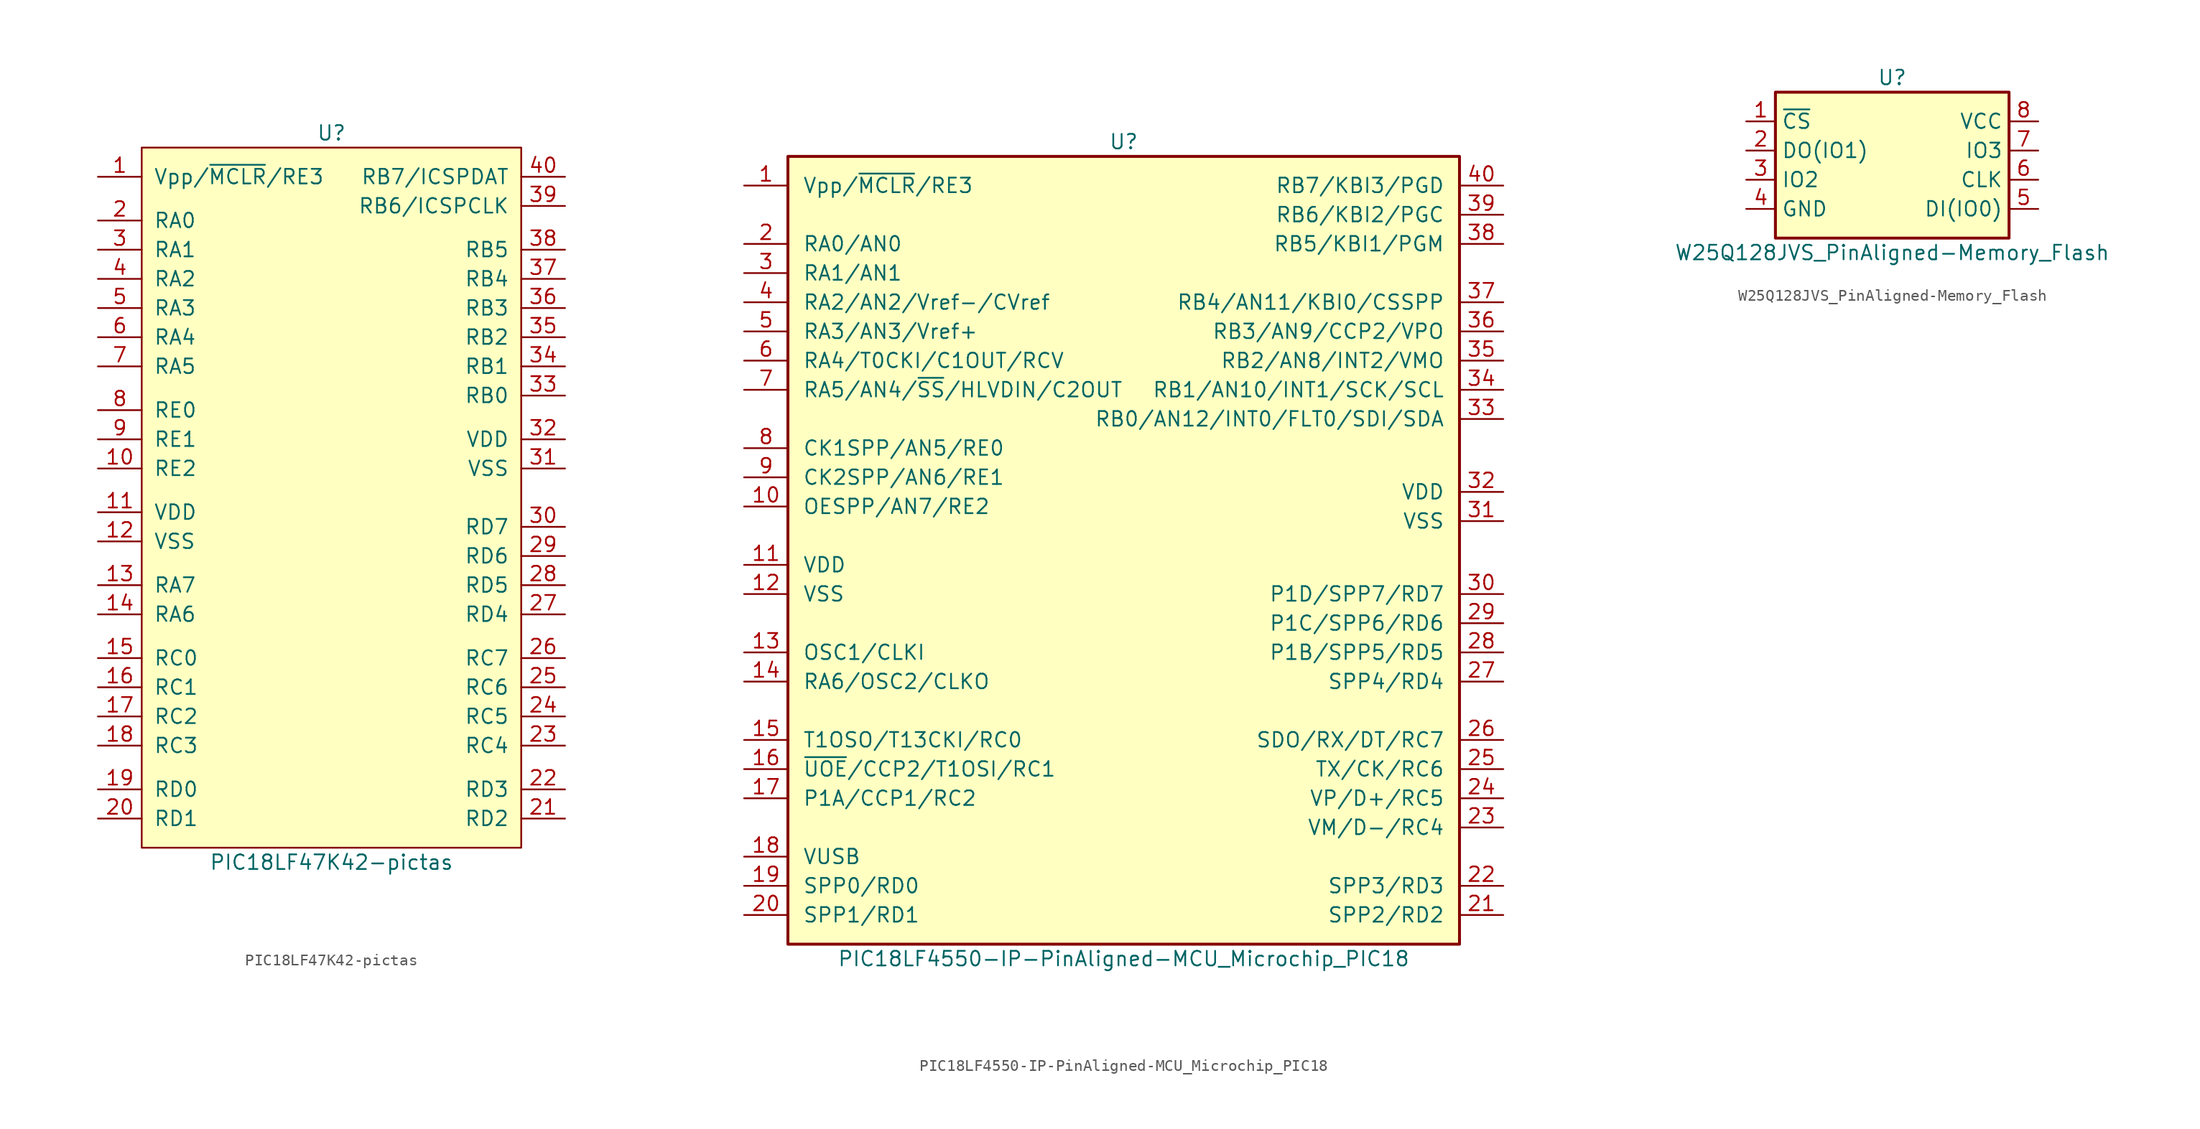
<source format=kicad_sym>
(kicad_symbol_lib
  (version 20210619)
  (generator kicad_symbol_editor)
  (symbol "PIC18LF47K42-pictas"
    (pin_names
      (offset 1.016))
    (property "Reference" "U"
      (at 0 31.75 0)
      (effects (font (size 1.27 1.27))))
    (property "Value" "PIC18LF47K42-pictas"
      (at 0 -31.75 0)
      (effects (font (size 1.27 1.27))))
    (symbol "PIC18LF47K42-pictas_0_0"
      (pin input line (at -20.32 27.94 0) (length 3.81) (name "Vpp/~{MCLR}/RE3" (effects (font (size 1.27 1.27)))) (number "1" (effects (font (size 1.27 1.27)))))
      (pin bidirectional line (at -20.32 2.54 0) (length 3.81) (name "RE2" (effects (font (size 1.27 1.27)))) (number "10" (effects (font (size 1.27 1.27)))))
      (pin power_in line (at -20.32 -1.27 0) (length 3.81) (name "VDD" (effects (font (size 1.27 1.27)))) (number "11" (effects (font (size 1.27 1.27)))))
      (pin power_in line (at -20.32 -3.81 0) (length 3.81) (name "VSS" (effects (font (size 1.27 1.27)))) (number "12" (effects (font (size 1.27 1.27)))))
      (pin bidirectional line (at -20.32 -7.62 0) (length 3.81) (name "RA7" (effects (font (size 1.27 1.27)))) (number "13" (effects (font (size 1.27 1.27)))))
      (pin bidirectional line (at -20.32 -10.16 0) (length 3.81) (name "RA6" (effects (font (size 1.27 1.27)))) (number "14" (effects (font (size 1.27 1.27)))))
      (pin bidirectional line (at -20.32 -13.97 0) (length 3.81) (name "RC0" (effects (font (size 1.27 1.27)))) (number "15" (effects (font (size 1.27 1.27)))))
      (pin bidirectional line (at -20.32 -16.51 0) (length 3.81) (name "RC1" (effects (font (size 1.27 1.27)))) (number "16" (effects (font (size 1.27 1.27)))))
      (pin bidirectional line (at -20.32 -19.05 0) (length 3.81) (name "RC2" (effects (font (size 1.27 1.27)))) (number "17" (effects (font (size 1.27 1.27)))))
      (pin bidirectional line (at -20.32 -21.59 0) (length 3.81) (name "RC3" (effects (font (size 1.27 1.27)))) (number "18" (effects (font (size 1.27 1.27)))))
      (pin bidirectional line (at -20.32 -25.4 0) (length 3.81) (name "RD0" (effects (font (size 1.27 1.27)))) (number "19" (effects (font (size 1.27 1.27)))))
      (pin bidirectional line (at -20.32 24.13 0) (length 3.81) (name "RA0" (effects (font (size 1.27 1.27)))) (number "2" (effects (font (size 1.27 1.27)))))
      (pin bidirectional line (at -20.32 -27.94 0) (length 3.81) (name "RD1" (effects (font (size 1.27 1.27)))) (number "20" (effects (font (size 1.27 1.27)))))
      (pin bidirectional line (at 20.32 -27.94 180) (length 3.81) (name "RD2" (effects (font (size 1.27 1.27)))) (number "21" (effects (font (size 1.27 1.27)))))
      (pin bidirectional line (at 20.32 -25.4 180) (length 3.81) (name "RD3" (effects (font (size 1.27 1.27)))) (number "22" (effects (font (size 1.27 1.27)))))
      (pin bidirectional line (at 20.32 -21.59 180) (length 3.81) (name "RC4" (effects (font (size 1.27 1.27)))) (number "23" (effects (font (size 1.27 1.27)))))
      (pin bidirectional line (at 20.32 -19.05 180) (length 3.81) (name "RC5" (effects (font (size 1.27 1.27)))) (number "24" (effects (font (size 1.27 1.27)))))
      (pin bidirectional line (at 20.32 -16.51 180) (length 3.81) (name "RC6" (effects (font (size 1.27 1.27)))) (number "25" (effects (font (size 1.27 1.27)))))
      (pin bidirectional line (at 20.32 -13.97 180) (length 3.81) (name "RC7" (effects (font (size 1.27 1.27)))) (number "26" (effects (font (size 1.27 1.27)))))
      (pin bidirectional line (at 20.32 -10.16 180) (length 3.81) (name "RD4" (effects (font (size 1.27 1.27)))) (number "27" (effects (font (size 1.27 1.27)))))
      (pin bidirectional line (at 20.32 -7.62 180) (length 3.81) (name "RD5" (effects (font (size 1.27 1.27)))) (number "28" (effects (font (size 1.27 1.27)))))
      (pin bidirectional line (at 20.32 -5.08 180) (length 3.81) (name "RD6" (effects (font (size 1.27 1.27)))) (number "29" (effects (font (size 1.27 1.27)))))
      (pin bidirectional line (at -20.32 21.59 0) (length 3.81) (name "RA1" (effects (font (size 1.27 1.27)))) (number "3" (effects (font (size 1.27 1.27)))))
      (pin bidirectional line (at 20.32 -2.54 180) (length 3.81) (name "RD7" (effects (font (size 1.27 1.27)))) (number "30" (effects (font (size 1.27 1.27)))))
      (pin power_in line (at 20.32 2.54 180) (length 3.81) (name "VSS" (effects (font (size 1.27 1.27)))) (number "31" (effects (font (size 1.27 1.27)))))
      (pin power_in line (at 20.32 5.08 180) (length 3.81) (name "VDD" (effects (font (size 1.27 1.27)))) (number "32" (effects (font (size 1.27 1.27)))))
      (pin bidirectional line (at 20.32 8.89 180) (length 3.81) (name "RB0" (effects (font (size 1.27 1.27)))) (number "33" (effects (font (size 1.27 1.27)))))
      (pin bidirectional line (at 20.32 11.43 180) (length 3.81) (name "RB1" (effects (font (size 1.27 1.27)))) (number "34" (effects (font (size 1.27 1.27)))))
      (pin bidirectional line (at 20.32 13.97 180) (length 3.81) (name "RB2" (effects (font (size 1.27 1.27)))) (number "35" (effects (font (size 1.27 1.27)))))
      (pin bidirectional line (at 20.32 16.51 180) (length 3.81) (name "RB3" (effects (font (size 1.27 1.27)))) (number "36" (effects (font (size 1.27 1.27)))))
      (pin bidirectional line (at 20.32 19.05 180) (length 3.81) (name "RB4" (effects (font (size 1.27 1.27)))) (number "37" (effects (font (size 1.27 1.27)))))
      (pin bidirectional line (at 20.32 21.59 180) (length 3.81) (name "RB5" (effects (font (size 1.27 1.27)))) (number "38" (effects (font (size 1.27 1.27)))))
      (pin bidirectional line (at 20.32 25.4 180) (length 3.81) (name "RB6/ICSPCLK" (effects (font (size 1.27 1.27)))) (number "39" (effects (font (size 1.27 1.27)))))
      (pin bidirectional line (at -20.32 19.05 0) (length 3.81) (name "RA2" (effects (font (size 1.27 1.27)))) (number "4" (effects (font (size 1.27 1.27)))))
      (pin bidirectional line (at 20.32 27.94 180) (length 3.81) (name "RB7/ICSPDAT" (effects (font (size 1.27 1.27)))) (number "40" (effects (font (size 1.27 1.27)))))
      (pin bidirectional line (at -20.32 16.51 0) (length 3.81) (name "RA3" (effects (font (size 1.27 1.27)))) (number "5" (effects (font (size 1.27 1.27)))))
      (pin bidirectional line (at -20.32 13.97 0) (length 3.81) (name "RA4" (effects (font (size 1.27 1.27)))) (number "6" (effects (font (size 1.27 1.27)))))
      (pin bidirectional line (at -20.32 11.43 0) (length 3.81) (name "RA5" (effects (font (size 1.27 1.27)))) (number "7" (effects (font (size 1.27 1.27)))))
      (pin bidirectional line (at -20.32 7.62 0) (length 3.81) (name "RE0" (effects (font (size 1.27 1.27)))) (number "8" (effects (font (size 1.27 1.27)))))
      (pin bidirectional line (at -20.32 5.08 0) (length 3.81) (name "RE1" (effects (font (size 1.27 1.27)))) (number "9" (effects (font (size 1.27 1.27))))))
    (symbol "PIC18LF47K42-pictas_0_1"
      (rectangle (start -16.51 30.48) (end 16.51 -30.48) (stroke (width 0)) (fill (type background)))))
  (symbol "PIC18LF4550-IP-PinAligned-MCU_Microchip_PIC18"
    (pin_names
      (offset 1.27))
    (property "Reference" "U"
      (at 0 35.56 0)
      (effects (font (size 1.27 1.27))))
    (property "Value" "PIC18LF4550-IP-PinAligned-MCU_Microchip_PIC18"
      (at 0 -35.56 0)
      (effects (font (size 1.27 1.27))))
    (symbol "PIC18LF4550-IP-PinAligned-MCU_Microchip_PIC18_0_1"
      (rectangle (start -29.21 34.29) (end 29.21 -34.29) (stroke (width 0.254)) (fill (type background))))
    (symbol "PIC18LF4550-IP-PinAligned-MCU_Microchip_PIC18_1_1"
      (pin input line (at -33.02 31.75 0) (length 3.81) (name "Vpp/~{MCLR}/RE3" (effects (font (size 1.27 1.27)))) (number "1" (effects (font (size 1.27 1.27)))))
      (pin bidirectional line (at -33.02 3.81 0) (length 3.81) (name "OESPP/AN7/RE2" (effects (font (size 1.27 1.27)))) (number "10" (effects (font (size 1.27 1.27)))))
      (pin power_in line (at -33.02 -1.27 0) (length 3.81) (name "VDD" (effects (font (size 1.27 1.27)))) (number "11" (effects (font (size 1.27 1.27)))))
      (pin power_in line (at -33.02 -3.81 0) (length 3.81) (name "VSS" (effects (font (size 1.27 1.27)))) (number "12" (effects (font (size 1.27 1.27)))))
      (pin input line (at -33.02 -8.89 0) (length 3.81) (name "OSC1/CLKI" (effects (font (size 1.27 1.27)))) (number "13" (effects (font (size 1.27 1.27)))))
      (pin output line (at -33.02 -11.43 0) (length 3.81) (name "RA6/OSC2/CLKO" (effects (font (size 1.27 1.27)))) (number "14" (effects (font (size 1.27 1.27)))))
      (pin bidirectional line (at -33.02 -16.51 0) (length 3.81) (name "T1OSO/T13CKI/RC0" (effects (font (size 1.27 1.27)))) (number "15" (effects (font (size 1.27 1.27)))))
      (pin bidirectional line (at -33.02 -19.05 0) (length 3.81) (name "~{UOE}/CCP2/T1OSI/RC1" (effects (font (size 1.27 1.27)))) (number "16" (effects (font (size 1.27 1.27)))))
      (pin bidirectional line (at -33.02 -21.59 0) (length 3.81) (name "P1A/CCP1/RC2" (effects (font (size 1.27 1.27)))) (number "17" (effects (font (size 1.27 1.27)))))
      (pin bidirectional line (at -33.02 -26.67 0) (length 3.81) (name "VUSB" (effects (font (size 1.27 1.27)))) (number "18" (effects (font (size 1.27 1.27)))))
      (pin bidirectional line (at -33.02 -29.21 0) (length 3.81) (name "SPP0/RD0" (effects (font (size 1.27 1.27)))) (number "19" (effects (font (size 1.27 1.27)))))
      (pin bidirectional line (at -33.02 26.67 0) (length 3.81) (name "RA0/AN0" (effects (font (size 1.27 1.27)))) (number "2" (effects (font (size 1.27 1.27)))))
      (pin bidirectional line (at -33.02 -31.75 0) (length 3.81) (name "SPP1/RD1" (effects (font (size 1.27 1.27)))) (number "20" (effects (font (size 1.27 1.27)))))
      (pin bidirectional line (at 33.02 -31.75 180) (length 3.81) (name "SPP2/RD2" (effects (font (size 1.27 1.27)))) (number "21" (effects (font (size 1.27 1.27)))))
      (pin bidirectional line (at 33.02 -29.21 180) (length 3.81) (name "SPP3/RD3" (effects (font (size 1.27 1.27)))) (number "22" (effects (font (size 1.27 1.27)))))
      (pin bidirectional line (at 33.02 -24.13 180) (length 3.81) (name "VM/D-/RC4" (effects (font (size 1.27 1.27)))) (number "23" (effects (font (size 1.27 1.27)))))
      (pin bidirectional line (at 33.02 -21.59 180) (length 3.81) (name "VP/D+/RC5" (effects (font (size 1.27 1.27)))) (number "24" (effects (font (size 1.27 1.27)))))
      (pin bidirectional line (at 33.02 -19.05 180) (length 3.81) (name "TX/CK/RC6" (effects (font (size 1.27 1.27)))) (number "25" (effects (font (size 1.27 1.27)))))
      (pin bidirectional line (at 33.02 -16.51 180) (length 3.81) (name "SDO/RX/DT/RC7" (effects (font (size 1.27 1.27)))) (number "26" (effects (font (size 1.27 1.27)))))
      (pin bidirectional line (at 33.02 -11.43 180) (length 3.81) (name "SPP4/RD4" (effects (font (size 1.27 1.27)))) (number "27" (effects (font (size 1.27 1.27)))))
      (pin bidirectional line (at 33.02 -8.89 180) (length 3.81) (name "P1B/SPP5/RD5" (effects (font (size 1.27 1.27)))) (number "28" (effects (font (size 1.27 1.27)))))
      (pin bidirectional line (at 33.02 -6.35 180) (length 3.81) (name "P1C/SPP6/RD6" (effects (font (size 1.27 1.27)))) (number "29" (effects (font (size 1.27 1.27)))))
      (pin bidirectional line (at -33.02 24.13 0) (length 3.81) (name "RA1/AN1" (effects (font (size 1.27 1.27)))) (number "3" (effects (font (size 1.27 1.27)))))
      (pin bidirectional line (at 33.02 -3.81 180) (length 3.81) (name "P1D/SPP7/RD7" (effects (font (size 1.27 1.27)))) (number "30" (effects (font (size 1.27 1.27)))))
      (pin power_in line (at 33.02 2.54 180) (length 3.81) (name "VSS" (effects (font (size 1.27 1.27)))) (number "31" (effects (font (size 1.27 1.27)))))
      (pin power_in line (at 33.02 5.08 180) (length 3.81) (name "VDD" (effects (font (size 1.27 1.27)))) (number "32" (effects (font (size 1.27 1.27)))))
      (pin bidirectional line (at 33.02 11.43 180) (length 3.81) (name "RB0/AN12/INT0/FLT0/SDI/SDA" (effects (font (size 1.27 1.27)))) (number "33" (effects (font (size 1.27 1.27)))))
      (pin bidirectional line (at 33.02 13.97 180) (length 3.81) (name "RB1/AN10/INT1/SCK/SCL" (effects (font (size 1.27 1.27)))) (number "34" (effects (font (size 1.27 1.27)))))
      (pin bidirectional line (at 33.02 16.51 180) (length 3.81) (name "RB2/AN8/INT2/VMO" (effects (font (size 1.27 1.27)))) (number "35" (effects (font (size 1.27 1.27)))))
      (pin bidirectional line (at 33.02 19.05 180) (length 3.81) (name "RB3/AN9/CCP2/VPO" (effects (font (size 1.27 1.27)))) (number "36" (effects (font (size 1.27 1.27)))))
      (pin bidirectional line (at 33.02 21.59 180) (length 3.81) (name "RB4/AN11/KBI0/CSSPP" (effects (font (size 1.27 1.27)))) (number "37" (effects (font (size 1.27 1.27)))))
      (pin bidirectional line (at 33.02 26.67 180) (length 3.81) (name "RB5/KBI1/PGM" (effects (font (size 1.27 1.27)))) (number "38" (effects (font (size 1.27 1.27)))))
      (pin bidirectional line (at 33.02 29.21 180) (length 3.81) (name "RB6/KBI2/PGC" (effects (font (size 1.27 1.27)))) (number "39" (effects (font (size 1.27 1.27)))))
      (pin bidirectional line (at -33.02 21.59 0) (length 3.81) (name "RA2/AN2/Vref-/CVref" (effects (font (size 1.27 1.27)))) (number "4" (effects (font (size 1.27 1.27)))))
      (pin bidirectional line (at 33.02 31.75 180) (length 3.81) (name "RB7/KBI3/PGD" (effects (font (size 1.27 1.27)))) (number "40" (effects (font (size 1.27 1.27)))))
      (pin bidirectional line (at -33.02 19.05 0) (length 3.81) (name "RA3/AN3/Vref+" (effects (font (size 1.27 1.27)))) (number "5" (effects (font (size 1.27 1.27)))))
      (pin bidirectional line (at -33.02 16.51 0) (length 3.81) (name "RA4/T0CKI/C1OUT/RCV" (effects (font (size 1.27 1.27)))) (number "6" (effects (font (size 1.27 1.27)))))
      (pin bidirectional line (at -33.02 13.97 0) (length 3.81) (name "RA5/AN4/~{SS}/HLVDIN/C2OUT" (effects (font (size 1.27 1.27)))) (number "7" (effects (font (size 1.27 1.27)))))
      (pin bidirectional line (at -33.02 8.89 0) (length 3.81) (name "CK1SPP/AN5/RE0" (effects (font (size 1.27 1.27)))) (number "8" (effects (font (size 1.27 1.27)))))
      (pin bidirectional line (at -33.02 6.35 0) (length 3.81) (name "CK2SPP/AN6/RE1" (effects (font (size 1.27 1.27)))) (number "9" (effects (font (size 1.27 1.27)))))))
  (symbol "W25Q128JVS_PinAligned-Memory_Flash"
    (property "Reference" "U"
      (at 0 7.62 0)
      (effects (font (size 1.27 1.27))))
    (property "Value" "W25Q128JVS_PinAligned-Memory_Flash"
      (at 0 -7.62 0)
      (effects (font (size 1.27 1.27))))
    (symbol "W25Q128JVS_PinAligned-Memory_Flash_0_1"
      (rectangle (start -10.16 6.35) (end 10.16 -6.35) (stroke (width 0.254)) (fill (type background))))
    (symbol "W25Q128JVS_PinAligned-Memory_Flash_1_1"
      (pin input line (at -12.7 3.81 0) (length 2.54) (name "~{CS}" (effects (font (size 1.27 1.27)))) (number "1" (effects (font (size 1.27 1.27)))))
      (pin bidirectional line (at -12.7 1.27 0) (length 2.54) (name "DO(IO1)" (effects (font (size 1.27 1.27)))) (number "2" (effects (font (size 1.27 1.27)))))
      (pin bidirectional line (at -12.7 -1.27 0) (length 2.54) (name "IO2" (effects (font (size 1.27 1.27)))) (number "3" (effects (font (size 1.27 1.27)))))
      (pin power_in line (at -12.7 -3.81 0) (length 2.54) (name "GND" (effects (font (size 1.27 1.27)))) (number "4" (effects (font (size 1.27 1.27)))))
      (pin bidirectional line (at 12.7 -3.81 180) (length 2.54) (name "DI(IO0)" (effects (font (size 1.27 1.27)))) (number "5" (effects (font (size 1.27 1.27)))))
      (pin input line (at 12.7 -1.27 180) (length 2.54) (name "CLK" (effects (font (size 1.27 1.27)))) (number "6" (effects (font (size 1.27 1.27)))))
      (pin bidirectional line (at 12.7 1.27 180) (length 2.54) (name "IO3" (effects (font (size 1.27 1.27)))) (number "7" (effects (font (size 1.27 1.27)))))
      (pin power_in line (at 12.7 3.81 180) (length 2.54) (name "VCC" (effects (font (size 1.27 1.27)))) (number "8" (effects (font (size 1.27 1.27))))))))
</source>
